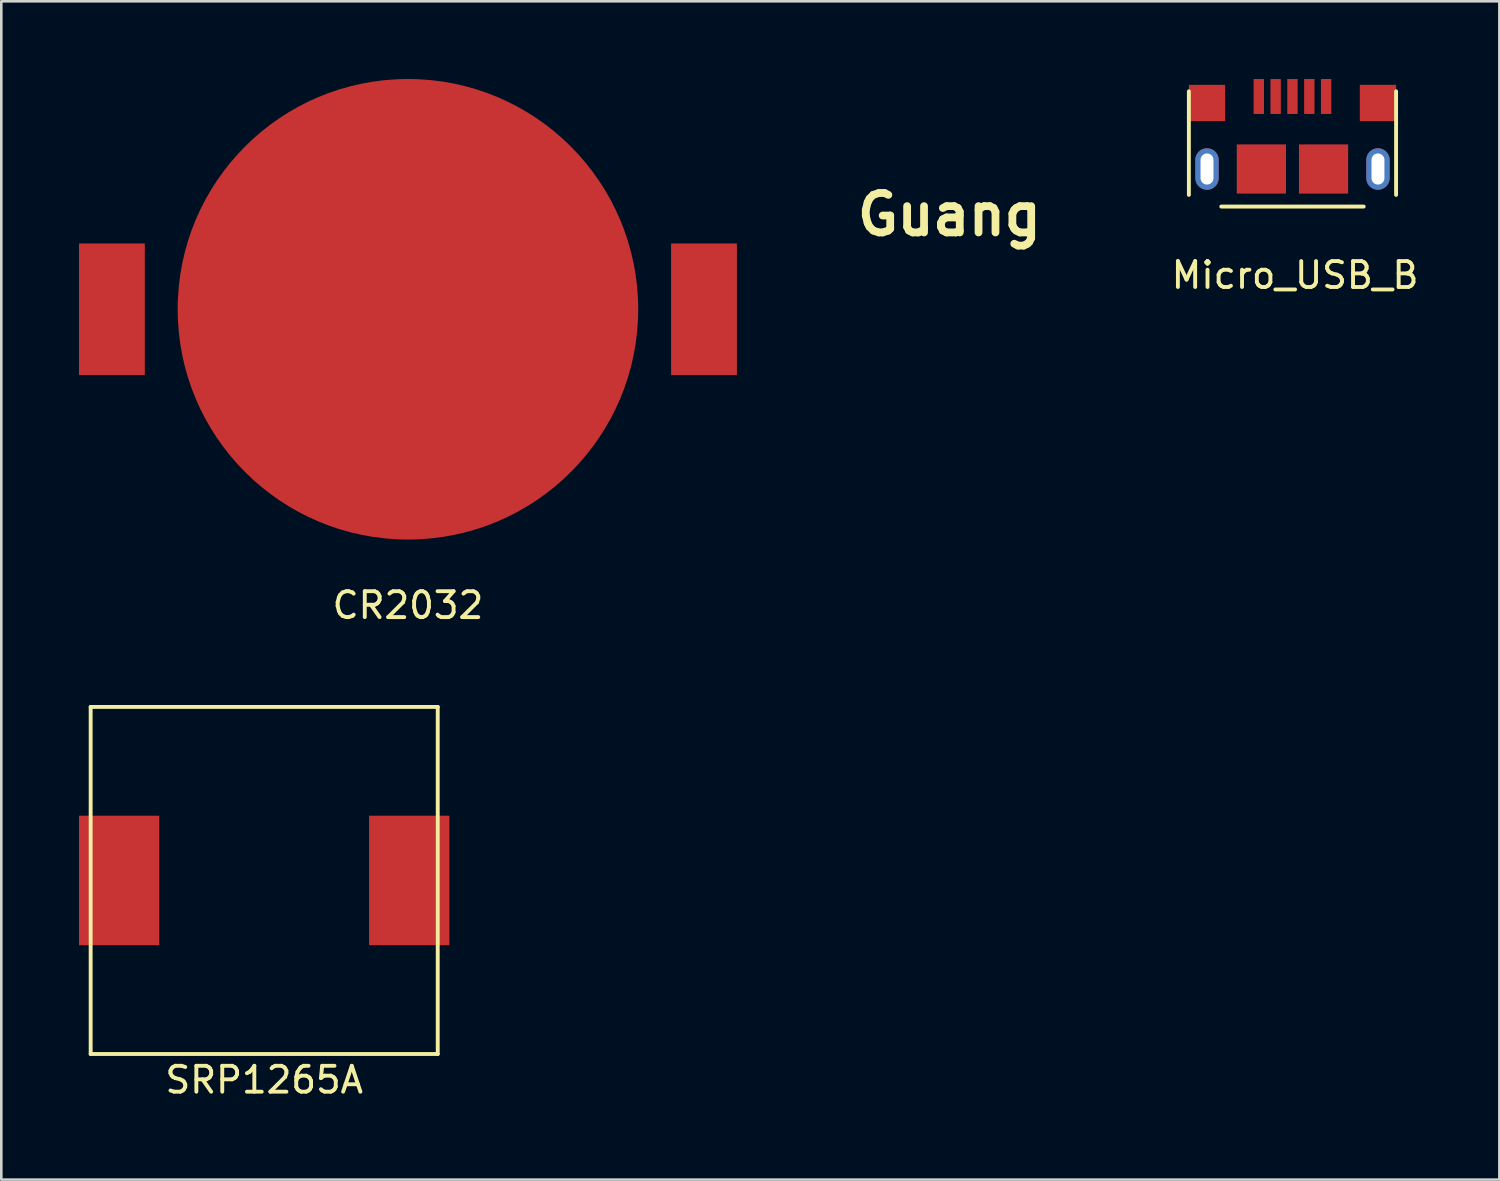
<source format=kicad_pcb>
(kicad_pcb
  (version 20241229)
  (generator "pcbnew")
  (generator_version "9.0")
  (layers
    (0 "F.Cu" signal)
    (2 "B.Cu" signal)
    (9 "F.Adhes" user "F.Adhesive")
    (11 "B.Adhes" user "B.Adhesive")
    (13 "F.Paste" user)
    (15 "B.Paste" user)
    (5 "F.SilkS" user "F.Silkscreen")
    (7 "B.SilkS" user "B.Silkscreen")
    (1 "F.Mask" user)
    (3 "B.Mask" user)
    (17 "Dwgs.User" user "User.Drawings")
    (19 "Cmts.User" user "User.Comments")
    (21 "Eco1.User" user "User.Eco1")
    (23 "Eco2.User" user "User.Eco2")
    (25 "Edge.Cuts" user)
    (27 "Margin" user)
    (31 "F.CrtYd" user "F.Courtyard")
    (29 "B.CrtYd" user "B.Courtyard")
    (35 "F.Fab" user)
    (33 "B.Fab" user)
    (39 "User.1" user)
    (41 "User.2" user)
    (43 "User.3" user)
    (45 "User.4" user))
  (footprint "CR2032"
    (layer "F.Cu")
    (at 12.7 8.89)
    (property "Reference" "CR2032" (at 0 11.43 0) (layer "F.SilkS") (effects (font (size 1 1) (thickness 0.15))))
    (attr through_hole)
    (pad "1" smd rect (at -11.43 0) (size 2.54 5.08) (layers "F.Cu" "F.Mask" "F.Paste"))
    (pad "1" smd rect (at 11.43 0) (size 2.54 5.08) (layers "F.Cu" "F.Mask" "F.Paste"))
    (pad "2" smd circle (at 0 0) (size 17.78 17.78) (layers "F.Cu" "F.Mask" "F.Paste")))
  (footprint "SRP1265A"
    (layer "F.Cu")
    (at 7.15 30.943)
    (property "Reference" "SRP1265A" (at 0 7.7 0) (layer "F.SilkS") (effects (font (size 1 1) (thickness 0.15))))
    (attr through_hole)
    (fp_line (start -6.7 -6.7) (end 6.7 -6.7) (stroke (width 0.15) (type solid)) (layer "F.SilkS"))
    (fp_line (start -6.7 6.7) (end -6.7 -6.7) (stroke (width 0.15) (type solid)) (layer "F.SilkS"))
    (fp_line (start 6.7 -6.7) (end 6.7 6.7) (stroke (width 0.15) (type solid)) (layer "F.SilkS"))
    (fp_line (start 6.7 6.7) (end -6.7 6.7) (stroke (width 0.15) (type solid)) (layer "F.SilkS"))
    (pad "1" smd rect (at -5.6 0) (size 3.1 5) (layers "F.Cu" "F.Mask" "F.Paste"))
    (pad "2" smd rect (at 5.6 0) (size 3.1 5) (layers "F.Cu" "F.Mask" "F.Paste")))
  (footprint "Guang"
    (layer "F.Cu")
    (at 33.605 5.235)
    (property "Reference" "Guang" (at 0 0 0) (layer "F.SilkS") (effects (font (size 1.524 1.524) (thickness 0.3))))
    (attr through_hole)
    (fp_poly (pts (xy -3.03 -2.944) (xy -3.021 -2.944) (xy -2.835 -2.916) (xy -2.628 -2.865) (xy -2.415 -2.797) (xy -2.21 -2.716) (xy -2.025 -2.628) (xy -1.876 -2.539) (xy -1.777 -2.454) (xy -1.683 -2.311) (xy -1.624 -2.143) (xy -1.599 -1.964) (xy -1.607 -1.788) (xy -1.65 -1.63) (xy -1.726 -1.502) (xy -1.793 -1.442) (xy -1.917 -1.392) (xy -2.061 -1.378) (xy -2.193 -1.402) (xy -2.207 -1.408) (xy -2.302 -1.472) (xy -2.423 -1.587) (xy -2.564 -1.747) (xy -2.721 -1.946) (xy -2.891 -2.18) (xy -3.068 -2.444) (xy -3.174 -2.609) (xy -3.24 -2.72) (xy -3.276 -2.793) (xy -3.284 -2.844) (xy -3.272 -2.886) (xy -3.269 -2.891) (xy -3.244 -2.928) (xy -3.206 -2.947) (xy -3.141 -2.951) (xy -3.03 -2.944)) (stroke (width 0.01) (type solid)) (fill yes) (layer "F.Mask"))
    (fp_poly (pts (xy 2.147 -3.835) (xy 2.156 -3.833) (xy 2.282 -3.797) (xy 2.437 -3.722) (xy 2.608 -3.617) (xy 2.782 -3.489) (xy 2.946 -3.348) (xy 2.977 -3.319) (xy 3.104 -3.185) (xy 3.181 -3.08) (xy 3.21 -2.997) (xy 3.192 -2.93) (xy 3.131 -2.873) (xy 3.128 -2.871) (xy 3.048 -2.826) (xy 2.919 -2.765) (xy 2.751 -2.69) (xy 2.551 -2.604) (xy 2.327 -2.512) (xy 2.088 -2.415) (xy 1.841 -2.317) (xy 1.595 -2.222) (xy 1.358 -2.132) (xy 1.137 -2.05) (xy 0.942 -1.981) (xy 0.779 -1.926) (xy 0.657 -1.889) (xy 0.584 -1.874) (xy 0.577 -1.873) (xy 0.502 -1.884) (xy 0.458 -1.909) (xy 0.471 -1.945) (xy 0.527 -2.016) (xy 0.62 -2.117) (xy 0.746 -2.24) (xy 0.757 -2.251) (xy 1.062 -2.556) (xy 1.345 -2.868) (xy 1.597 -3.176) (xy 1.811 -3.472) (xy 1.977 -3.746) (xy 1.977 -3.746) (xy 2.02 -3.813) (xy 2.068 -3.838) (xy 2.147 -3.835)) (stroke (width 0.01) (type solid)) (fill yes) (layer "F.Mask"))
    (fp_poly (pts (xy -0.694 -5.222) (xy -0.483 -5.176) (xy -0.241 -5.091) (xy -0.083 -5.022) (xy 0.112 -4.914) (xy 0.257 -4.8) (xy 0.349 -4.684) (xy 0.385 -4.57) (xy 0.363 -4.462) (xy 0.301 -4.381) (xy 0.263 -4.34) (xy 0.231 -4.29) (xy 0.203 -4.22) (xy 0.174 -4.12) (xy 0.142 -3.98) (xy 0.102 -3.788) (xy 0.1 -3.778) (xy 0.084 -3.691) (xy 0.07 -3.592) (xy 0.058 -3.475) (xy 0.048 -3.334) (xy 0.038 -3.161) (xy 0.029 -2.95) (xy 0.02 -2.694) (xy 0.01 -2.387) (xy 0.002 -2.095) (xy -0.006 -1.802) (xy -0.014 -1.526) (xy -0.022 -1.274) (xy -0.029 -1.052) (xy -0.036 -0.869) (xy -0.042 -0.732) (xy -0.047 -0.646) (xy -0.049 -0.622) (xy -0.064 -0.53) (xy 0.262 -0.549) (xy 0.484 -0.566) (xy 0.754 -0.594) (xy 1.056 -0.63) (xy 1.374 -0.672) (xy 1.695 -0.718) (xy 2.003 -0.767) (xy 2.283 -0.816) (xy 2.344 -0.827) (xy 2.863 -0.926) (xy 3.17 -0.825) (xy 3.366 -0.756) (xy 3.517 -0.692) (xy 3.638 -0.624) (xy 3.746 -0.544) (xy 3.834 -0.465) (xy 3.933 -0.351) (xy 3.973 -0.255) (xy 3.952 -0.177) (xy 3.871 -0.113) (xy 3.85 -0.103) (xy 3.815 -0.091) (xy 3.77 -0.08) (xy 3.709 -0.072) (xy 3.625 -0.066) (xy 3.514 -0.061) (xy 3.368 -0.058) (xy 3.183 -0.056) (xy 2.951 -0.056) (xy 2.668 -0.056) (xy 2.349 -0.058) (xy 2.052 -0.058) (xy 1.769 -0.058) (xy 1.507 -0.057) (xy 1.275 -0.054) (xy 1.079 -0.051) (xy 0.927 -0.047) (xy 0.827 -0.043) (xy 0.796 -0.04) (xy 0.624 -0.016) (xy 0.756 0.075) (xy 0.86 0.169) (xy 0.943 0.282) (xy 0.952 0.301) (xy 0.99 0.383) (xy 1.001 0.441) (xy 0.987 0.503) (xy 0.955 0.581) (xy 0.879 0.784) (xy 0.806 1.031) (xy 0.739 1.303) (xy 0.712 1.429) (xy 0.688 1.586) (xy 0.669 1.786) (xy 0.654 2.015) (xy 0.644 2.259) (xy 0.639 2.507) (xy 0.64 2.744) (xy 0.646 2.959) (xy 0.658 3.138) (xy 0.677 3.268) (xy 0.679 3.278) (xy 0.763 3.549) (xy 0.88 3.77) (xy 1.035 3.946) (xy 1.234 4.084) (xy 1.485 4.191) (xy 1.606 4.228) (xy 1.77 4.261) (xy 1.982 4.285) (xy 2.224 4.3) (xy 2.483 4.306) (xy 2.741 4.302) (xy 2.983 4.289) (xy 3.193 4.266) (xy 3.318 4.243) (xy 3.561 4.175) (xy 3.77 4.089) (xy 3.948 3.98) (xy 4.099 3.842) (xy 4.227 3.67) (xy 4.335 3.459) (xy 4.425 3.204) (xy 4.502 2.9) (xy 4.569 2.541) (xy 4.61 2.264) (xy 4.641 2.056) (xy 4.669 1.898) (xy 4.694 1.794) (xy 4.714 1.748) (xy 4.718 1.746) (xy 4.761 1.761) (xy 4.799 1.81) (xy 4.835 1.903) (xy 4.873 2.047) (xy 4.892 2.131) (xy 4.973 2.487) (xy 5.051 2.795) (xy 5.13 3.069) (xy 5.215 3.323) (xy 5.311 3.572) (xy 5.377 3.731) (xy 5.439 3.911) (xy 5.453 4.068) (xy 5.417 4.214) (xy 5.328 4.358) (xy 5.183 4.511) (xy 5.153 4.539) (xy 4.898 4.729) (xy 4.591 4.892) (xy 4.237 5.025) (xy 3.842 5.129) (xy 3.41 5.2) (xy 2.948 5.24) (xy 2.46 5.245) (xy 2.207 5.234) (xy 1.779 5.187) (xy 1.398 5.098) (xy 1.063 4.965) (xy 0.772 4.789) (xy 0.525 4.567) (xy 0.32 4.298) (xy 0.154 3.982) (xy 0.028 3.618) (xy -0.021 3.413) (xy -0.035 3.331) (xy -0.047 3.217) (xy -0.057 3.064) (xy -0.067 2.87) (xy -0.075 2.628) (xy -0.083 2.334) (xy -0.09 1.982) (xy -0.092 1.873) (xy -0.116 0.556) (xy -0.3 0.025) (xy -0.555 0.045) (xy -0.71 0.057) (xy -0.871 0.071) (xy -1.004 0.083) (xy -1.005 0.083) (xy -1.2 0.102) (xy -1.104 0.256) (xy -1.032 0.41) (xy -1.014 0.564) (xy -1.051 0.726) (xy -1.143 0.905) (xy -1.175 0.952) (xy -1.26 1.09) (xy -1.347 1.252) (xy -1.414 1.396) (xy -1.691 1.982) (xy -2.01 2.53) (xy -2.368 3.038) (xy -2.763 3.5) (xy -3.19 3.913) (xy -3.647 4.273) (xy -3.757 4.349) (xy -4.003 4.5) (xy -4.255 4.63) (xy -4.5 4.734) (xy -4.728 4.808) (xy -4.928 4.847) (xy -5.059 4.851) (xy -5.16 4.832) (xy -5.2 4.795) (xy -5.181 4.742) (xy -5.1 4.676) (xy -5.063 4.653) (xy -4.864 4.521) (xy -4.638 4.343) (xy -4.391 4.128) (xy -4.131 3.884) (xy -3.867 3.616) (xy -3.605 3.334) (xy -3.353 3.045) (xy -3.119 2.757) (xy -2.98 2.572) (xy -2.692 2.143) (xy -2.438 1.695) (xy -2.228 1.244) (xy -2.098 0.898) (xy -2.056 0.76) (xy -2.018 0.614) (xy -1.987 0.472) (xy -1.964 0.348) (xy -1.954 0.257) (xy -1.958 0.211) (xy -1.959 0.21) (xy -1.999 0.209) (xy -2.094 0.222) (xy -2.242 0.249) (xy -2.435 0.29) (xy -2.67 0.342) (xy -2.941 0.405) (xy -2.993 0.417) (xy -3.197 0.465) (xy -3.35 0.5) (xy -3.463 0.521) (xy -3.549 0.532) (xy -3.617 0.533) (xy -3.679 0.526) (xy -3.729 0.517) (xy -3.868 0.479) (xy -4.028 0.422) (xy -4.194 0.353) (xy -4.347 0.279) (xy -4.472 0.209) (xy -4.542 0.158) (xy -4.615 0.072) (xy -4.629 0.002) (xy -4.585 -0.061) (xy -4.553 -0.084) (xy -4.516 -0.103) (xy -4.461 -0.117) (xy -4.38 -0.13) (xy -4.265 -0.14) (xy -4.107 -0.149) (xy -3.9 -0.158) (xy -3.743 -0.164) (xy -3.202 -0.191) (xy -2.722 -0.235) (xy -2.484 -0.266) (xy -2.253 -0.299) (xy -1.992 -0.333) (xy -1.73 -0.365) (xy -1.495 -0.391) (xy -1.445 -0.396) (xy -1.267 -0.415) (xy -1.107 -0.433) (xy -0.977 -0.448) (xy -0.891 -0.459) (xy -0.865 -0.463) (xy -0.794 -0.477) (xy -0.794 -2.235) (xy -0.794 -2.629) (xy -0.795 -2.965) (xy -0.796 -3.25) (xy -0.799 -3.49) (xy -0.803 -3.692) (xy -0.809 -3.861) (xy -0.817 -4.005) (xy -0.827 -4.129) (xy -0.84 -4.239) (xy -0.855 -4.342) (xy -0.874 -4.444) (xy -0.896 -4.552) (xy -0.905 -4.591) (xy -0.933 -4.65) (xy -0.991 -4.734) (xy -1.044 -4.798) (xy -1.118 -4.891) (xy -1.151 -4.961) (xy -1.152 -5.024) (xy -1.104 -5.131) (xy -1.008 -5.2) (xy -0.87 -5.23) (xy -0.694 -5.222)) (stroke (width 0.01) (type solid)) (fill yes) (layer "F.Mask")))
  (footprint "Micro_USB_B"
    (layer "F.Cu")
    (at 46.85 3.475)
    (property "Reference" "Micro_USB_B" (at 0.1 4.1 0) (layer "F.SilkS") (effects (font (size 1 1) (thickness 0.15))))
    (attr through_hole)
    (fp_line (start -4 -3) (end -4 1) (stroke (width 0.15) (type solid)) (layer "F.SilkS"))
    (fp_line (start 2.75 1.45) (end -2.75 1.45) (stroke (width 0.15) (type solid)) (layer "F.SilkS"))
    (fp_line (start 4 -3) (end 4 1) (stroke (width 0.15) (type solid)) (layer "F.SilkS"))
    (pad "" smd rect (at -3.3 -2.55) (size 1.4 1.4) (layers "F.Cu" "F.Mask" "F.Paste"))
    (pad "" np_thru_hole oval (at -3.3 0) (size 0.9 1.6) (drill oval 0.5 1.2) (layers "*.Cu" "*.Mask"))
    (pad "" smd rect (at -1.2 0) (size 1.9 1.9) (layers "F.Cu" "F.Mask" "F.Paste"))
    (pad "" smd rect (at 1.2 0) (size 1.9 1.9) (layers "F.Cu" "F.Mask" "F.Paste"))
    (pad "" smd rect (at 3.3 -2.55) (size 1.4 1.4) (layers "F.Cu" "F.Mask" "F.Paste"))
    (pad "" np_thru_hole oval (at 3.3 0) (size 0.9 1.6) (drill oval 0.5 1.2) (layers "*.Cu" "*.Mask"))
    (pad "1" smd rect (at -1.3 -2.8) (size 0.4 1.35) (layers "F.Cu" "F.Mask" "F.Paste"))
    (pad "2" smd rect (at -0.65 -2.8) (size 0.4 1.35) (layers "F.Cu" "F.Mask" "F.Paste"))
    (pad "3" smd rect (at 0 -2.8) (size 0.4 1.35) (layers "F.Cu" "F.Mask" "F.Paste"))
    (pad "4" smd rect (at 0.65 -2.8) (size 0.4 1.35) (layers "F.Cu" "F.Mask" "F.Paste"))
    (pad "5" smd rect (at 1.3 -2.8) (size 0.4 1.35) (layers "F.Cu" "F.Mask" "F.Paste")))
  (gr_rect
    (start -3 -3)
    (end 54.837 42.492)
    (stroke (width 0.1) (type default))
    (fill no)
    (layer "Edge.Cuts")))
</source>
